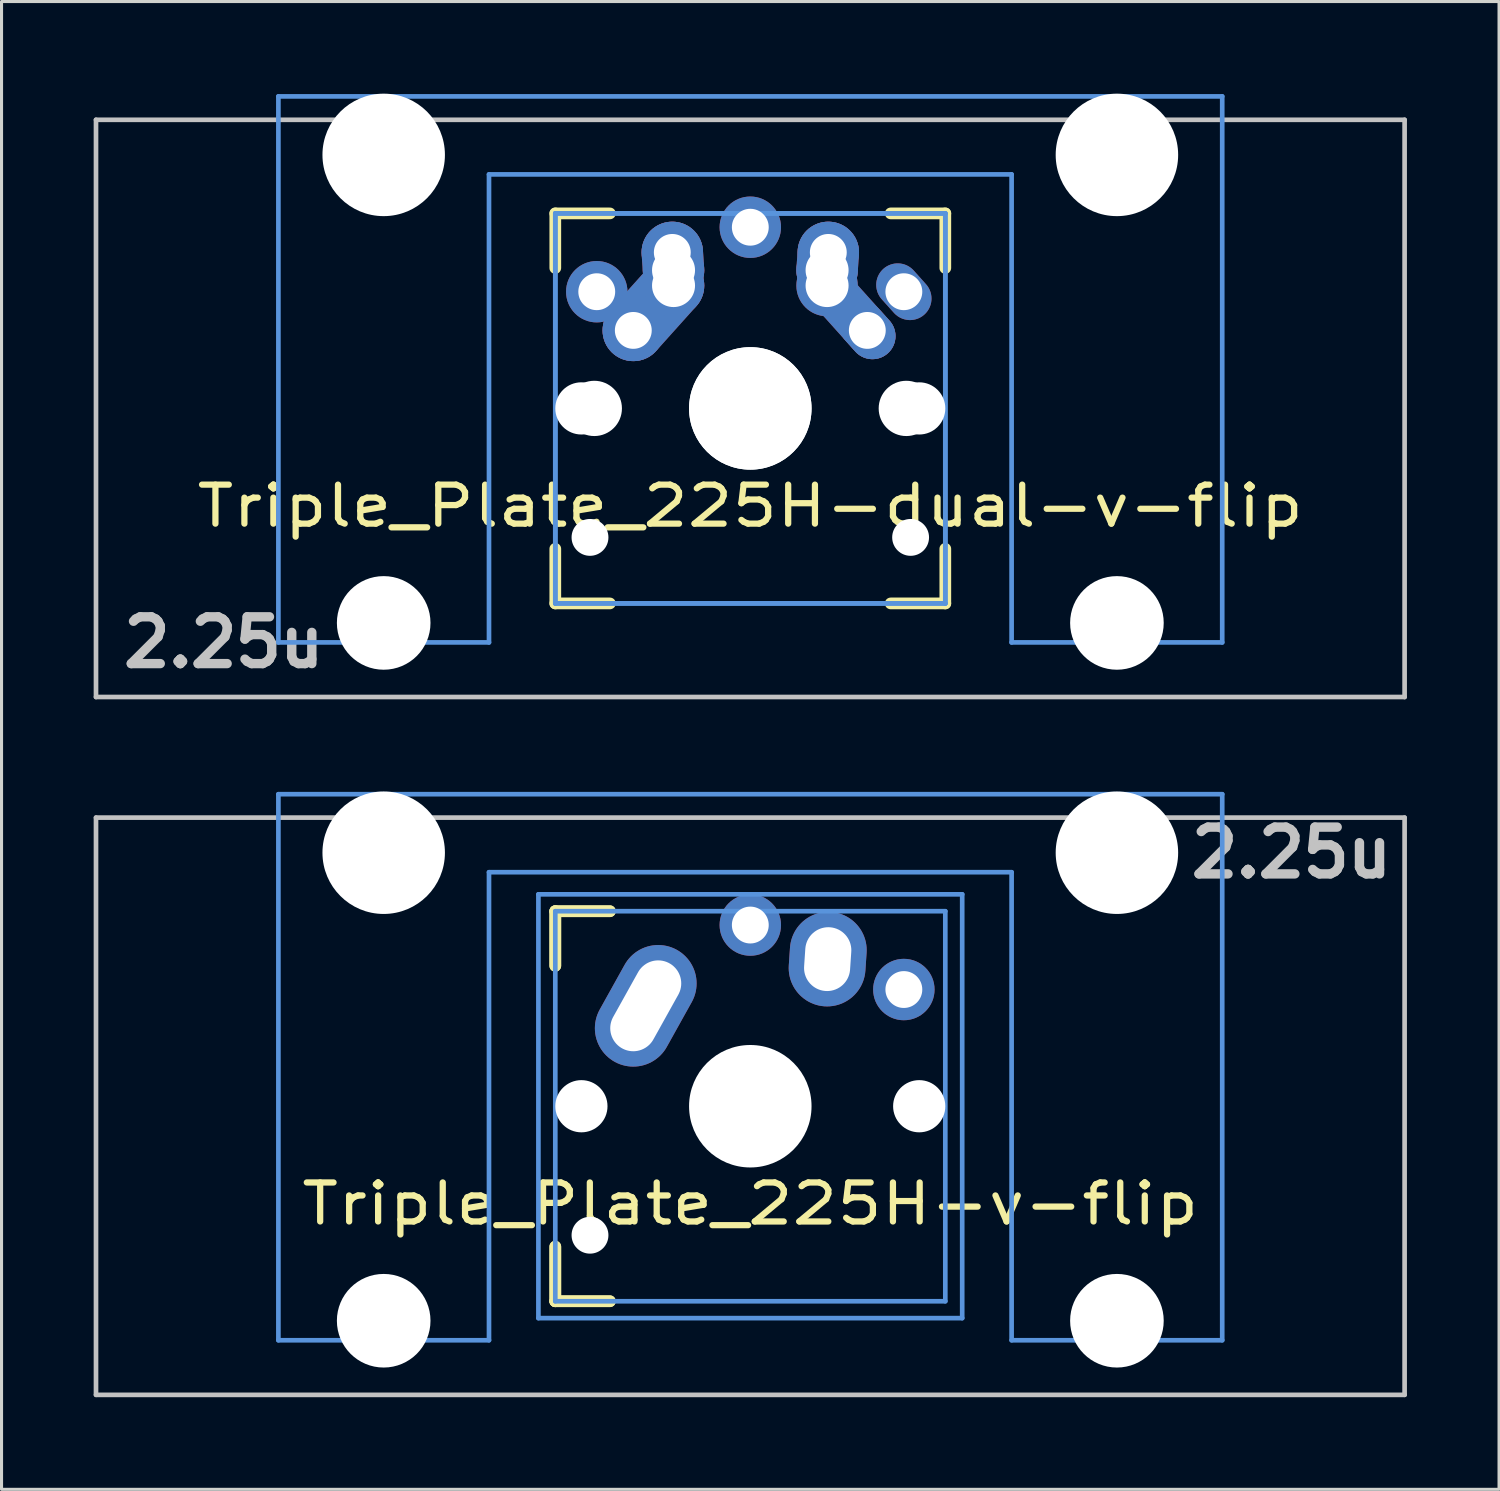
<source format=kicad_pcb>
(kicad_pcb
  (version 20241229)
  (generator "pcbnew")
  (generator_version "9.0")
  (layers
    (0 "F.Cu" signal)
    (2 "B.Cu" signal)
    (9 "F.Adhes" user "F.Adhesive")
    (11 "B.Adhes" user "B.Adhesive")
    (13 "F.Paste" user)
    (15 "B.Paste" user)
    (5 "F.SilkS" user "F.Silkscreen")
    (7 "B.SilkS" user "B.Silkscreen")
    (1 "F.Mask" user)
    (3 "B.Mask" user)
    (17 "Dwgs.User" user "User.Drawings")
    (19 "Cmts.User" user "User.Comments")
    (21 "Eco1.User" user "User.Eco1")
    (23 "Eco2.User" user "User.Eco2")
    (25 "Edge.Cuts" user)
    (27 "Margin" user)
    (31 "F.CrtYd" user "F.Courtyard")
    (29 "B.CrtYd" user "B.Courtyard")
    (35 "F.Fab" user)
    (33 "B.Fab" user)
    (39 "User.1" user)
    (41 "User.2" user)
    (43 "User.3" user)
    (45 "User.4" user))
  (footprint "Triple_Plate_225H-v-flip"
    (layer "F.Cu")
    (at 21.382 32.972)
    (property "Reference" "Triple_Plate_225H-v-flip" (at 0 3.175 0) (layer "F.SilkS") (effects (font (size 1.27 1.524) (thickness 0.203))))
    (attr through_hole)
    (fp_line (start -6.35 -6.35) (end -4.572 -6.35) (stroke (width 0.381) (type solid)) (layer "F.SilkS"))
    (fp_line (start -6.35 -6.35) (end -4.572 -6.35) (stroke (width 0.381) (type solid)) (layer "F.SilkS"))
    (fp_line (start -6.35 -4.572) (end -6.35 -6.35) (stroke (width 0.381) (type solid)) (layer "F.SilkS"))
    (fp_line (start -6.35 -4.572) (end -6.35 -6.35) (stroke (width 0.381) (type solid)) (layer "F.SilkS"))
    (fp_line (start -6.35 6.35) (end -6.35 4.572) (stroke (width 0.381) (type solid)) (layer "F.SilkS"))
    (fp_line (start -6.35 6.35) (end -6.35 4.572) (stroke (width 0.381) (type solid)) (layer "F.SilkS"))
    (fp_line (start -4.572 6.35) (end -6.35 6.35) (stroke (width 0.381) (type solid)) (layer "F.SilkS"))
    (fp_line (start -4.572 6.35) (end -6.35 6.35) (stroke (width 0.381) (type solid)) (layer "F.SilkS"))
    (fp_line (start -21.306 -9.398) (end 21.306 -9.398) (stroke (width 0.152) (type solid)) (layer "Dwgs.User"))
    (fp_line (start -21.306 9.398) (end -21.306 -9.398) (stroke (width 0.152) (type solid)) (layer "Dwgs.User"))
    (fp_line (start 21.306 -9.398) (end 21.306 9.398) (stroke (width 0.152) (type solid)) (layer "Dwgs.User"))
    (fp_line (start 21.306 9.398) (end -21.306 9.398) (stroke (width 0.152) (type solid)) (layer "Dwgs.User"))
    (fp_line (start -15.367 -10.16) (end -15.367 7.62) (stroke (width 0.152) (type solid)) (layer "Cmts.User"))
    (fp_line (start -15.367 7.62) (end -8.509 7.62) (stroke (width 0.152) (type solid)) (layer "Cmts.User"))
    (fp_line (start -8.509 -7.62) (end 8.509 -7.62) (stroke (width 0.152) (type solid)) (layer "Cmts.User"))
    (fp_line (start -8.509 7.62) (end -8.509 -7.62) (stroke (width 0.152) (type solid)) (layer "Cmts.User"))
    (fp_line (start -6.9 -6.9) (end 6.9 -6.9) (stroke (width 0.152) (type solid)) (layer "Cmts.User"))
    (fp_line (start -6.9 6.9) (end -6.9 -6.9) (stroke (width 0.152) (type solid)) (layer "Cmts.User"))
    (fp_line (start -6.35 -6.35) (end 6.35 -6.35) (stroke (width 0.152) (type solid)) (layer "Cmts.User"))
    (fp_line (start -6.35 6.35) (end -6.35 -6.35) (stroke (width 0.152) (type solid)) (layer "Cmts.User"))
    (fp_line (start 6.35 -6.35) (end 6.35 6.35) (stroke (width 0.152) (type solid)) (layer "Cmts.User"))
    (fp_line (start 6.35 6.35) (end -6.35 6.35) (stroke (width 0.152) (type solid)) (layer "Cmts.User"))
    (fp_line (start 6.9 -6.9) (end 6.9 6.9) (stroke (width 0.152) (type solid)) (layer "Cmts.User"))
    (fp_line (start 6.9 6.9) (end -6.9 6.9) (stroke (width 0.152) (type solid)) (layer "Cmts.User"))
    (fp_line (start 8.509 -7.62) (end 8.509 7.62) (stroke (width 0.152) (type solid)) (layer "Cmts.User"))
    (fp_line (start 8.509 7.62) (end 15.367 7.62) (stroke (width 0.152) (type solid)) (layer "Cmts.User"))
    (fp_line (start 15.367 -10.16) (end -15.367 -10.16) (stroke (width 0.152) (type solid)) (layer "Cmts.User"))
    (fp_line (start 15.367 7.62) (end 15.367 -10.16) (stroke (width 0.152) (type solid)) (layer "Cmts.User"))
    (fp_line (start -16.129 -0.508) (end -15.265 -0.508) (stroke (width 0.152) (type solid)) (layer "Eco2.User"))
    (fp_line (start -16.129 2.286) (end -16.129 -0.508) (stroke (width 0.152) (type solid)) (layer "Eco2.User"))
    (fp_line (start -15.265 -6.604) (end -14.224 -6.604) (stroke (width 0.152) (type solid)) (layer "Eco2.User"))
    (fp_line (start -15.265 -0.508) (end -15.265 -6.604) (stroke (width 0.152) (type solid)) (layer "Eco2.User"))
    (fp_line (start -15.265 2.286) (end -16.129 2.286) (stroke (width 0.152) (type solid)) (layer "Eco2.User"))
    (fp_line (start -15.265 5.69) (end -15.265 2.286) (stroke (width 0.152) (type solid)) (layer "Eco2.User"))
    (fp_line (start -14.224 -7.772) (end -9.652 -7.772) (stroke (width 0.152) (type solid)) (layer "Eco2.User"))
    (fp_line (start -14.224 -6.604) (end -14.224 -7.772) (stroke (width 0.152) (type solid)) (layer "Eco2.User"))
    (fp_line (start -9.652 -7.772) (end -9.652 -6.604) (stroke (width 0.152) (type solid)) (layer "Eco2.User"))
    (fp_line (start -9.652 -6.604) (end -8.611 -6.604) (stroke (width 0.152) (type solid)) (layer "Eco2.User"))
    (fp_line (start -8.611 -6.604) (end -8.611 -5.817) (stroke (width 0.152) (type solid)) (layer "Eco2.User"))
    (fp_line (start -8.611 -5.817) (end -6.985 -5.817) (stroke (width 0.152) (type solid)) (layer "Eco2.User"))
    (fp_line (start -8.611 4.877) (end -8.611 5.69) (stroke (width 0.152) (type solid)) (layer "Eco2.User"))
    (fp_line (start -8.611 5.69) (end -15.265 5.69) (stroke (width 0.152) (type solid)) (layer "Eco2.User"))
    (fp_line (start -7.5 -7.5) (end 7.5 -7.5) (stroke (width 0.152) (type solid)) (layer "Eco2.User"))
    (fp_line (start -7.5 7.5) (end -7.5 -7.5) (stroke (width 0.152) (type solid)) (layer "Eco2.User"))
    (fp_line (start -6.985 -6.985) (end 6.985 -6.985) (stroke (width 0.152) (type solid)) (layer "Eco2.User"))
    (fp_line (start -6.985 -5.817) (end -6.985 -6.985) (stroke (width 0.152) (type solid)) (layer "Eco2.User"))
    (fp_line (start -6.985 4.877) (end -8.611 4.877) (stroke (width 0.152) (type solid)) (layer "Eco2.User"))
    (fp_line (start -6.985 6.985) (end -6.985 4.877) (stroke (width 0.152) (type solid)) (layer "Eco2.User"))
    (fp_line (start 6.985 -6.985) (end 6.985 -5.817) (stroke (width 0.152) (type solid)) (layer "Eco2.User"))
    (fp_line (start 6.985 -5.817) (end 8.611 -5.817) (stroke (width 0.152) (type solid)) (layer "Eco2.User"))
    (fp_line (start 6.985 4.877) (end 6.985 6.985) (stroke (width 0.152) (type solid)) (layer "Eco2.User"))
    (fp_line (start 6.985 6.985) (end -6.985 6.985) (stroke (width 0.152) (type solid)) (layer "Eco2.User"))
    (fp_line (start 7.5 -7.5) (end 7.5 7.5) (stroke (width 0.152) (type solid)) (layer "Eco2.User"))
    (fp_line (start 7.5 7.5) (end -7.5 7.5) (stroke (width 0.152) (type solid)) (layer "Eco2.User"))
    (fp_line (start 8.611 -6.604) (end 9.652 -6.604) (stroke (width 0.152) (type solid)) (layer "Eco2.User"))
    (fp_line (start 8.611 -5.817) (end 8.611 -6.604) (stroke (width 0.152) (type solid)) (layer "Eco2.User"))
    (fp_line (start 8.611 4.877) (end 6.985 4.877) (stroke (width 0.152) (type solid)) (layer "Eco2.User"))
    (fp_line (start 8.611 5.69) (end 8.611 4.877) (stroke (width 0.152) (type solid)) (layer "Eco2.User"))
    (fp_line (start 9.652 -7.772) (end 14.224 -7.772) (stroke (width 0.152) (type solid)) (layer "Eco2.User"))
    (fp_line (start 9.652 -6.604) (end 9.652 -7.772) (stroke (width 0.152) (type solid)) (layer "Eco2.User"))
    (fp_line (start 14.224 -7.772) (end 14.224 -6.604) (stroke (width 0.152) (type solid)) (layer "Eco2.User"))
    (fp_line (start 14.224 -6.604) (end 15.265 -6.604) (stroke (width 0.152) (type solid)) (layer "Eco2.User"))
    (fp_line (start 15.265 -6.604) (end 15.265 -0.508) (stroke (width 0.152) (type solid)) (layer "Eco2.User"))
    (fp_line (start 15.265 -0.508) (end 16.129 -0.508) (stroke (width 0.152) (type solid)) (layer "Eco2.User"))
    (fp_line (start 15.265 2.286) (end 15.265 5.69) (stroke (width 0.152) (type solid)) (layer "Eco2.User"))
    (fp_line (start 15.265 5.69) (end 8.611 5.69) (stroke (width 0.152) (type solid)) (layer "Eco2.User"))
    (fp_line (start 16.129 -0.508) (end 16.129 2.286) (stroke (width 0.152) (type solid)) (layer "Eco2.User"))
    (fp_line (start 16.129 2.286) (end 15.265 2.286) (stroke (width 0.152) (type solid)) (layer "Eco2.User"))
    (fp_text user "2.25u" (at 17.623 -8.255 180) (layer "Dwgs.User") (effects (font (size 1.524 1.524) (thickness 0.305))))
    (pad "" np_thru_hole circle (at -11.938 -8.255 180) (size 3.988 3.988) (drill 3.988) (layers "*.Cu"))
    (pad "" np_thru_hole circle (at -11.938 6.985 180) (size 3.048 3.048) (drill 3.048) (layers "*.Cu"))
    (pad "" np_thru_hole circle (at -5.5 0) (size 1.7 1.7) (drill 1.7) (layers "*.Cu"))
    (pad "" np_thru_hole circle (at -5.22 4.2) (size 1.2 1.2) (drill 1.2) (layers "*.Cu"))
    (pad "" np_thru_hole circle (at 0 0) (size 3.4 3.4) (drill 3.4) (layers "*.Cu"))
    (pad "" np_thru_hole circle (at 0 0) (size 3.988 3.988) (drill 3.988) (layers "*.Cu"))
    (pad "" np_thru_hole circle (at 5.5 0) (size 1.7 1.7) (drill 1.7) (layers "*.Cu"))
    (pad "" np_thru_hole circle (at 11.938 -8.255 180) (size 3.988 3.988) (drill 3.988) (layers "*.Cu"))
    (pad "" np_thru_hole circle (at 11.938 6.985 180) (size 3.048 3.048) (drill 3.048) (layers "*.Cu"))
    (pad "1" thru_hole oval (at -3.405 -3.27 330.9) (size 2.5 4.17) (drill oval 1.5 3.17) (layers "*.Cu" "*.Mask"))
    (pad "1" thru_hole circle (at 0 -5.9) (size 2 2) (drill 1.2) (layers "*.Cu" "*.Mask"))
    (pad "2" thru_hole oval (at 2.52 -4.79 356.1) (size 2.5 3.08) (drill oval 1.5 2.08) (layers "*.Cu" "*.Mask"))
    (pad "2" thru_hole circle (at 5 -3.8 221.9) (size 2 2) (drill 1.2) (layers "*.Cu" "*.Mask")))
  (footprint "Triple_Plate_225H-dual-v-flip"
    (layer "F.Cu")
    (at 21.382 10.249)
    (property "Reference" "Triple_Plate_225H-dual-v-flip" (at 0 3.175 0) (layer "F.SilkS") (effects (font (size 1.27 1.524) (thickness 0.203))))
    (attr through_hole)
    (fp_line (start -6.35 -6.35) (end -4.572 -6.35) (stroke (width 0.381) (type solid)) (layer "F.SilkS"))
    (fp_line (start -6.35 -4.572) (end -6.35 -6.35) (stroke (width 0.381) (type solid)) (layer "F.SilkS"))
    (fp_line (start -6.35 6.35) (end -6.35 4.572) (stroke (width 0.381) (type solid)) (layer "F.SilkS"))
    (fp_line (start -4.572 6.35) (end -6.35 6.35) (stroke (width 0.381) (type solid)) (layer "F.SilkS"))
    (fp_line (start 4.572 -6.35) (end 6.35 -6.35) (stroke (width 0.381) (type solid)) (layer "F.SilkS"))
    (fp_line (start 6.35 -6.35) (end 6.35 -4.572) (stroke (width 0.381) (type solid)) (layer "F.SilkS"))
    (fp_line (start 6.35 4.572) (end 6.35 6.35) (stroke (width 0.381) (type solid)) (layer "F.SilkS"))
    (fp_line (start 6.35 6.35) (end 4.572 6.35) (stroke (width 0.381) (type solid)) (layer "F.SilkS"))
    (fp_line (start -21.306 -9.398) (end 21.306 -9.398) (stroke (width 0.152) (type solid)) (layer "Dwgs.User"))
    (fp_line (start -21.306 9.398) (end -21.306 -9.398) (stroke (width 0.152) (type solid)) (layer "Dwgs.User"))
    (fp_line (start 21.306 -9.398) (end 21.306 9.398) (stroke (width 0.152) (type solid)) (layer "Dwgs.User"))
    (fp_line (start 21.306 9.398) (end -21.306 9.398) (stroke (width 0.152) (type solid)) (layer "Dwgs.User"))
    (fp_line (start -15.367 -10.16) (end -15.367 7.62) (stroke (width 0.152) (type solid)) (layer "Cmts.User"))
    (fp_line (start -15.367 7.62) (end -8.509 7.62) (stroke (width 0.152) (type solid)) (layer "Cmts.User"))
    (fp_line (start -8.509 -7.62) (end 8.509 -7.62) (stroke (width 0.152) (type solid)) (layer "Cmts.User"))
    (fp_line (start -8.509 7.62) (end -8.509 -7.62) (stroke (width 0.152) (type solid)) (layer "Cmts.User"))
    (fp_line (start -6.35 -6.35) (end 6.35 -6.35) (stroke (width 0.152) (type solid)) (layer "Cmts.User"))
    (fp_line (start -6.35 -6.35) (end 6.35 -6.35) (stroke (width 0.152) (type solid)) (layer "Cmts.User"))
    (fp_line (start -6.35 6.35) (end -6.35 -6.35) (stroke (width 0.152) (type solid)) (layer "Cmts.User"))
    (fp_line (start -6.35 6.35) (end -6.35 -6.35) (stroke (width 0.152) (type solid)) (layer "Cmts.User"))
    (fp_line (start 6.35 -6.35) (end 6.35 6.35) (stroke (width 0.152) (type solid)) (layer "Cmts.User"))
    (fp_line (start 6.35 -6.35) (end 6.35 6.35) (stroke (width 0.152) (type solid)) (layer "Cmts.User"))
    (fp_line (start 6.35 6.35) (end -6.35 6.35) (stroke (width 0.152) (type solid)) (layer "Cmts.User"))
    (fp_line (start 6.35 6.35) (end -6.35 6.35) (stroke (width 0.152) (type solid)) (layer "Cmts.User"))
    (fp_line (start 8.509 -7.62) (end 8.509 7.62) (stroke (width 0.152) (type solid)) (layer "Cmts.User"))
    (fp_line (start 8.509 7.62) (end 15.367 7.62) (stroke (width 0.152) (type solid)) (layer "Cmts.User"))
    (fp_line (start 15.367 -10.16) (end -15.367 -10.16) (stroke (width 0.152) (type solid)) (layer "Cmts.User"))
    (fp_line (start 15.367 7.62) (end 15.367 -10.16) (stroke (width 0.152) (type solid)) (layer "Cmts.User"))
    (fp_line (start -16.129 -0.508) (end -15.265 -0.508) (stroke (width 0.152) (type solid)) (layer "Eco2.User"))
    (fp_line (start -16.129 2.286) (end -16.129 -0.508) (stroke (width 0.152) (type solid)) (layer "Eco2.User"))
    (fp_line (start -15.265 -6.604) (end -14.224 -6.604) (stroke (width 0.152) (type solid)) (layer "Eco2.User"))
    (fp_line (start -15.265 -0.508) (end -15.265 -6.604) (stroke (width 0.152) (type solid)) (layer "Eco2.User"))
    (fp_line (start -15.265 2.286) (end -16.129 2.286) (stroke (width 0.152) (type solid)) (layer "Eco2.User"))
    (fp_line (start -15.265 5.69) (end -15.265 2.286) (stroke (width 0.152) (type solid)) (layer "Eco2.User"))
    (fp_line (start -14.224 -7.772) (end -9.652 -7.772) (stroke (width 0.152) (type solid)) (layer "Eco2.User"))
    (fp_line (start -14.224 -6.604) (end -14.224 -7.772) (stroke (width 0.152) (type solid)) (layer "Eco2.User"))
    (fp_line (start -9.652 -7.772) (end -9.652 -6.604) (stroke (width 0.152) (type solid)) (layer "Eco2.User"))
    (fp_line (start -9.652 -6.604) (end -8.611 -6.604) (stroke (width 0.152) (type solid)) (layer "Eco2.User"))
    (fp_line (start -8.611 -6.604) (end -8.611 -5.817) (stroke (width 0.152) (type solid)) (layer "Eco2.User"))
    (fp_line (start -8.611 -5.817) (end -6.985 -5.817) (stroke (width 0.152) (type solid)) (layer "Eco2.User"))
    (fp_line (start -8.611 4.877) (end -8.611 5.69) (stroke (width 0.152) (type solid)) (layer "Eco2.User"))
    (fp_line (start -8.611 5.69) (end -15.265 5.69) (stroke (width 0.152) (type solid)) (layer "Eco2.User"))
    (fp_line (start -7.5 -7.5) (end 7.5 -7.5) (stroke (width 0.152) (type solid)) (layer "Eco2.User"))
    (fp_line (start -7.5 7.5) (end -7.5 -7.5) (stroke (width 0.152) (type solid)) (layer "Eco2.User"))
    (fp_line (start -6.985 -6.985) (end 6.985 -6.985) (stroke (width 0.152) (type solid)) (layer "Eco2.User"))
    (fp_line (start -6.985 -6.985) (end 6.985 -6.985) (stroke (width 0.152) (type solid)) (layer "Eco2.User"))
    (fp_line (start -6.985 -5.817) (end -6.985 -6.985) (stroke (width 0.152) (type solid)) (layer "Eco2.User"))
    (fp_line (start -6.985 4.877) (end -8.611 4.877) (stroke (width 0.152) (type solid)) (layer "Eco2.User"))
    (fp_line (start -6.985 6.985) (end -6.985 -6.985) (stroke (width 0.152) (type solid)) (layer "Eco2.User"))
    (fp_line (start -6.985 6.985) (end -6.985 4.877) (stroke (width 0.152) (type solid)) (layer "Eco2.User"))
    (fp_line (start 6.985 -6.985) (end 6.985 -5.817) (stroke (width 0.152) (type solid)) (layer "Eco2.User"))
    (fp_line (start 6.985 -6.985) (end 6.985 6.985) (stroke (width 0.152) (type solid)) (layer "Eco2.User"))
    (fp_line (start 6.985 -5.817) (end 8.611 -5.817) (stroke (width 0.152) (type solid)) (layer "Eco2.User"))
    (fp_line (start 6.985 4.877) (end 6.985 6.985) (stroke (width 0.152) (type solid)) (layer "Eco2.User"))
    (fp_line (start 6.985 6.985) (end -6.985 6.985) (stroke (width 0.152) (type solid)) (layer "Eco2.User"))
    (fp_line (start 6.985 6.985) (end -6.985 6.985) (stroke (width 0.152) (type solid)) (layer "Eco2.User"))
    (fp_line (start 7.5 -7.5) (end 7.5 7.5) (stroke (width 0.152) (type solid)) (layer "Eco2.User"))
    (fp_line (start 7.5 7.5) (end -7.5 7.5) (stroke (width 0.152) (type solid)) (layer "Eco2.User"))
    (fp_line (start 8.611 -6.604) (end 9.652 -6.604) (stroke (width 0.152) (type solid)) (layer "Eco2.User"))
    (fp_line (start 8.611 -5.817) (end 8.611 -6.604) (stroke (width 0.152) (type solid)) (layer "Eco2.User"))
    (fp_line (start 8.611 4.877) (end 6.985 4.877) (stroke (width 0.152) (type solid)) (layer "Eco2.User"))
    (fp_line (start 8.611 5.69) (end 8.611 4.877) (stroke (width 0.152) (type solid)) (layer "Eco2.User"))
    (fp_line (start 9.652 -7.772) (end 14.224 -7.772) (stroke (width 0.152) (type solid)) (layer "Eco2.User"))
    (fp_line (start 9.652 -6.604) (end 9.652 -7.772) (stroke (width 0.152) (type solid)) (layer "Eco2.User"))
    (fp_line (start 14.224 -7.772) (end 14.224 -6.604) (stroke (width 0.152) (type solid)) (layer "Eco2.User"))
    (fp_line (start 14.224 -6.604) (end 15.265 -6.604) (stroke (width 0.152) (type solid)) (layer "Eco2.User"))
    (fp_line (start 15.265 -6.604) (end 15.265 -0.508) (stroke (width 0.152) (type solid)) (layer "Eco2.User"))
    (fp_line (start 15.265 -0.508) (end 16.129 -0.508) (stroke (width 0.152) (type solid)) (layer "Eco2.User"))
    (fp_line (start 15.265 2.286) (end 15.265 5.69) (stroke (width 0.152) (type solid)) (layer "Eco2.User"))
    (fp_line (start 15.265 5.69) (end 8.611 5.69) (stroke (width 0.152) (type solid)) (layer "Eco2.User"))
    (fp_line (start 16.129 -0.508) (end 16.129 2.286) (stroke (width 0.152) (type solid)) (layer "Eco2.User"))
    (fp_line (start 16.129 2.286) (end 15.265 2.286) (stroke (width 0.152) (type solid)) (layer "Eco2.User"))
    (fp_text user "2.25u" (at -17.145 7.62 180) (layer "Dwgs.User") (effects (font (size 1.524 1.524) (thickness 0.305))))
    (pad "" np_thru_hole circle (at -11.938 -8.255 180) (size 3.988 3.988) (drill 3.988) (layers "*.Cu"))
    (pad "" np_thru_hole circle (at -11.938 6.985 180) (size 3.048 3.048) (drill 3.048) (layers "*.Cu"))
    (pad "" np_thru_hole circle (at -5.5 0) (size 1.7 1.7) (drill 1.7) (layers "*.Cu"))
    (pad "" np_thru_hole circle (at -5.22 4.2) (size 1.2 1.2) (drill 1.2) (layers "*.Cu"))
    (pad "" np_thru_hole circle (at -5.08 0) (size 1.8 1.8) (drill 1.8) (layers "*.Cu"))
    (pad "" np_thru_hole circle (at 0 0) (size 3.988 3.988) (drill 3.988) (layers "*.Cu"))
    (pad "" np_thru_hole circle (at 0 0) (size 3.988 3.988) (drill 3.988) (layers "*.Cu"))
    (pad "" np_thru_hole circle (at 5.08 0) (size 1.8 1.8) (drill 1.8) (layers "*.Cu"))
    (pad "" np_thru_hole circle (at 5.22 4.2) (size 1.2 1.2) (drill 1.2) (layers "*.Cu"))
    (pad "" np_thru_hole circle (at 5.5 0) (size 1.7 1.7) (drill 1.7) (layers "*.Cu"))
    (pad "" np_thru_hole circle (at 11.938 -8.255 180) (size 3.988 3.988) (drill 3.988) (layers "*.Cu"))
    (pad "" np_thru_hole circle (at 11.938 6.985 180) (size 3.048 3.048) (drill 3.048) (layers "*.Cu"))
    (pad "1" thru_hole circle (at -5 -3.8 138.1) (size 2 2) (drill 1.2) (layers "*.Cu" "*.Mask"))
    (pad "1" thru_hole circle (at -3.81 -2.54) (size 2 2) (drill oval 1.2) (layers "*.Cu" "*.Mask"))
    (pad "1" smd oval (at -3.155 -3.27 138.1) (size 2 3.962) (layers "F.Cu" "F.Mask" "F.Paste"))
    (pad "1" smd oval (at -3.155 -3.27 138.1) (size 2 3.962) (layers "B.Cu" "B.Mask" "B.Paste"))
    (pad "1" thru_hole circle (at -2.54 -5.08 330.95) (size 2 2) (drill 1.2) (layers "*.Cu" "*.Mask"))
    (pad "1" smd oval (at -2.52 -4.79 3.945) (size 2 2.581) (layers "F.Cu" "F.Mask" "F.Paste"))
    (pad "1" smd oval (at -2.52 -4.79 3.945) (size 2 2.581) (layers "B.Cu" "B.Mask" "B.Paste"))
    (pad "1" thru_hole circle (at -2.5 -4.5 330.95) (size 2 2) (drill 1.4) (layers "*.Cu" "*.Mask"))
    (pad "1" thru_hole circle (at -2.5 -4 330.95) (size 2 2) (drill 1.4) (layers "*.Cu" "*.Mask"))
    (pad "1" thru_hole oval (at 5 -3.8 221.9) (size 1.4 2) (drill 1.2) (layers "*.Cu" "*.Mask"))
    (pad "2" thru_hole circle (at 0 -5.9) (size 2 2) (drill 1.2) (layers "*.Cu" "*.Mask"))
    (pad "2" thru_hole circle (at 2.5 -4.5 330.95) (size 2 2) (drill 1.4) (layers "*.Cu" "*.Mask"))
    (pad "2" thru_hole circle (at 2.5 -4) (size 2 2) (drill 1.4) (layers "*.Cu" "*.Mask"))
    (pad "2" smd oval (at 2.52 -4.79 356.055) (size 2 2.581) (layers "F.Cu" "F.Mask" "F.Paste"))
    (pad "2" smd oval (at 2.52 -4.79 356.055) (size 2 2.581) (layers "B.Cu" "B.Mask" "B.Paste"))
    (pad "2" thru_hole circle (at 2.54 -5.08 330.95) (size 2 2) (drill 1.2) (layers "*.Cu" "*.Mask"))
    (pad "2" smd oval (at 3.155 -3.27 221.9) (size 1.5 3.962) (layers "F.Cu" "F.Mask" "F.Paste"))
    (pad "2" smd oval (at 3.155 -3.27 221.9) (size 1.5 3.962) (layers "B.Cu" "B.Mask" "B.Paste"))
    (pad "2" thru_hole oval (at 3.81 -2.54 311.9) (size 2 1.5) (drill 1.2) (layers "*.Cu" "*.Mask")))
  (gr_rect
    (start -3 -3)
    (end 45.763 45.446)
    (stroke (width 0.1) (type default))
    (fill no)
    (layer "Edge.Cuts")))
</source>
